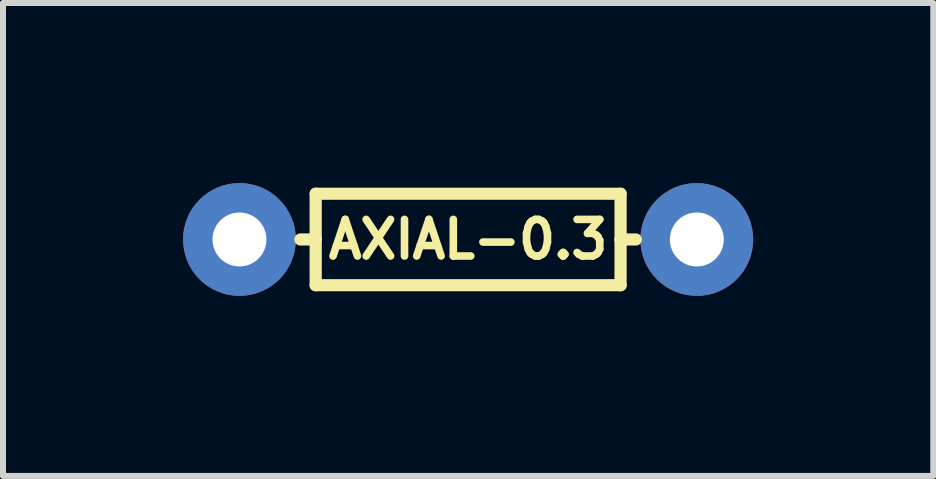
<source format=kicad_pcb>
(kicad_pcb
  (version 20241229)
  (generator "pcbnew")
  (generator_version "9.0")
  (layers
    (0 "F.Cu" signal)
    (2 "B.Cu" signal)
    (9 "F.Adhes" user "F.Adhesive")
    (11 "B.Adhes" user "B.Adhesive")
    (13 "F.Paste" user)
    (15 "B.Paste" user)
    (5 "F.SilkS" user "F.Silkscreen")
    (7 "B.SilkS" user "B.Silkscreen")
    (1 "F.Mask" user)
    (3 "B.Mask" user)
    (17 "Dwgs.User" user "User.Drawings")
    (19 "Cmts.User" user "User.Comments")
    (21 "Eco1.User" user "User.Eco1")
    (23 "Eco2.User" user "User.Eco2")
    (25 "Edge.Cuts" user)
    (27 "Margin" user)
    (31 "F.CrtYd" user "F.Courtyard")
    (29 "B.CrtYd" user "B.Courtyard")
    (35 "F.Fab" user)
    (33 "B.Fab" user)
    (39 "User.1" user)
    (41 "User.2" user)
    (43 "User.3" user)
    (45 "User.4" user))
  (footprint "AXIAL-0.3"
    (layer "F.Cu")
    (at 4.75 0.94)
    (property "Reference" "AXIAL-0.3" (at 0 0 0) (layer "F.SilkS") (effects (font (size 0.61 0.61) (thickness 0.127))))
    (attr exclude_from_pos_files exclude_from_bom)
    (fp_line (start -2.54 -0.762) (end 2.54 -0.762) (stroke (width 0.203) (type solid)) (layer "F.SilkS"))
    (fp_line (start -2.54 0) (end -2.794 0) (stroke (width 0.203) (type solid)) (layer "F.SilkS"))
    (fp_line (start -2.54 0) (end -2.54 -0.762) (stroke (width 0.203) (type solid)) (layer "F.SilkS"))
    (fp_line (start -2.54 0.762) (end -2.54 0) (stroke (width 0.203) (type solid)) (layer "F.SilkS"))
    (fp_line (start 2.54 -0.762) (end 2.54 0) (stroke (width 0.203) (type solid)) (layer "F.SilkS"))
    (fp_line (start 2.54 0) (end 2.54 0.762) (stroke (width 0.203) (type solid)) (layer "F.SilkS"))
    (fp_line (start 2.54 0) (end 2.794 0) (stroke (width 0.203) (type solid)) (layer "F.SilkS"))
    (fp_line (start 2.54 0.762) (end -2.54 0.762) (stroke (width 0.203) (type solid)) (layer "F.SilkS"))
    (pad "P$1" thru_hole circle (at -3.81 0) (size 1.88 1.88) (drill 0.899) (layers "*.Cu" "*.Mask"))
    (pad "P$2" thru_hole circle (at 3.81 0) (size 1.88 1.88) (drill 0.899) (layers "*.Cu" "*.Mask")))
  (gr_rect
    (start -3 -3)
    (end 12.5 4.88)
    (stroke (width 0.1) (type default))
    (fill no)
    (layer "Edge.Cuts")))
</source>
